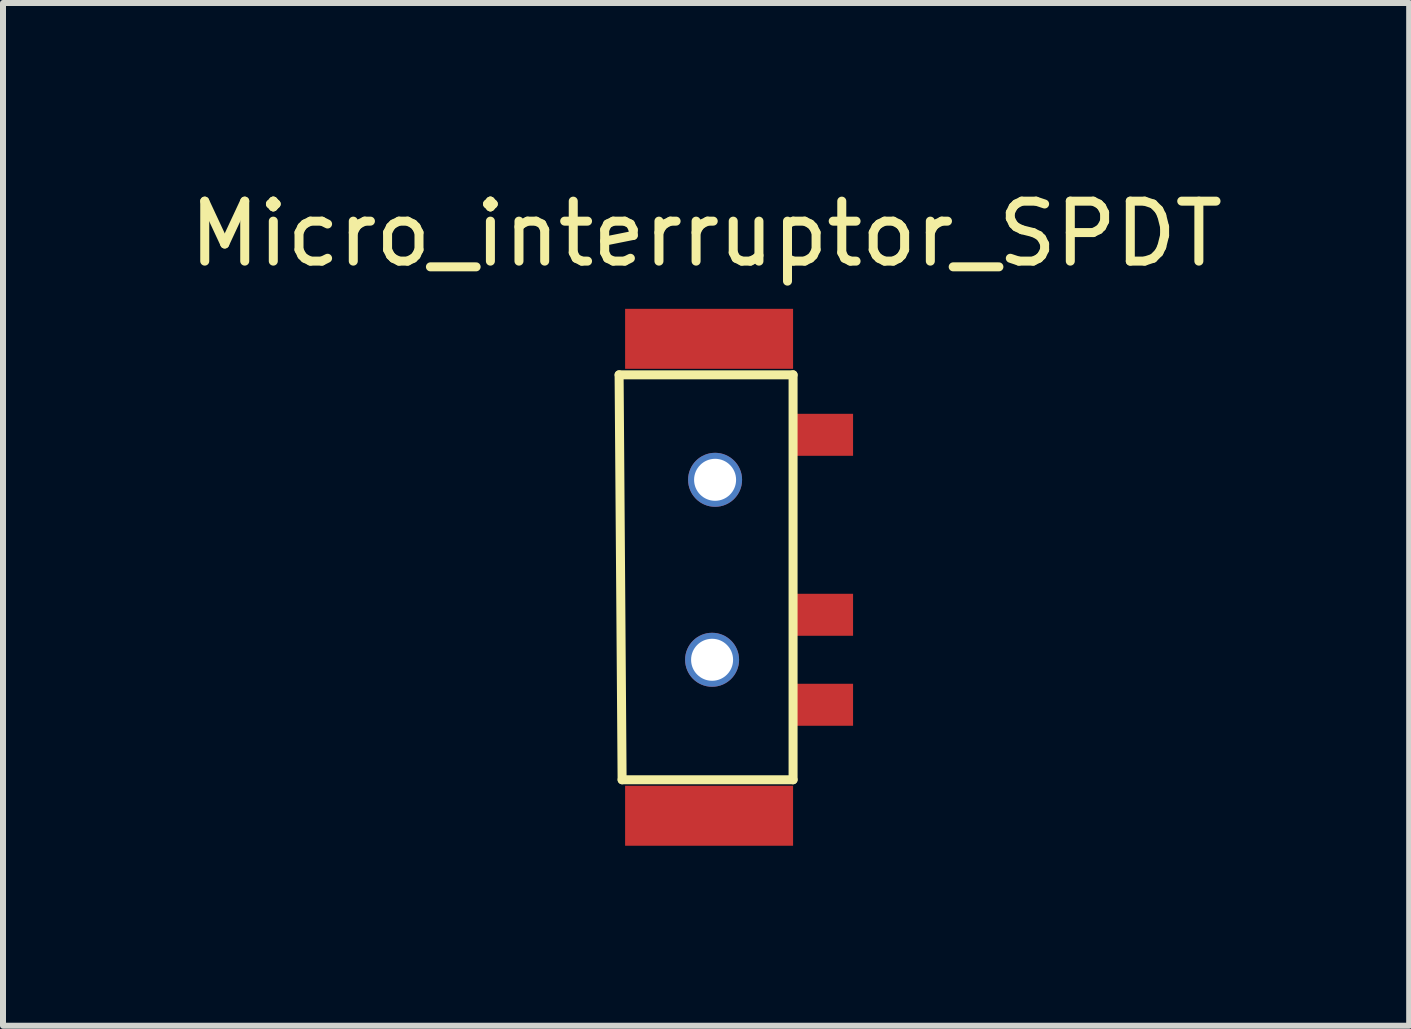
<source format=kicad_pcb>
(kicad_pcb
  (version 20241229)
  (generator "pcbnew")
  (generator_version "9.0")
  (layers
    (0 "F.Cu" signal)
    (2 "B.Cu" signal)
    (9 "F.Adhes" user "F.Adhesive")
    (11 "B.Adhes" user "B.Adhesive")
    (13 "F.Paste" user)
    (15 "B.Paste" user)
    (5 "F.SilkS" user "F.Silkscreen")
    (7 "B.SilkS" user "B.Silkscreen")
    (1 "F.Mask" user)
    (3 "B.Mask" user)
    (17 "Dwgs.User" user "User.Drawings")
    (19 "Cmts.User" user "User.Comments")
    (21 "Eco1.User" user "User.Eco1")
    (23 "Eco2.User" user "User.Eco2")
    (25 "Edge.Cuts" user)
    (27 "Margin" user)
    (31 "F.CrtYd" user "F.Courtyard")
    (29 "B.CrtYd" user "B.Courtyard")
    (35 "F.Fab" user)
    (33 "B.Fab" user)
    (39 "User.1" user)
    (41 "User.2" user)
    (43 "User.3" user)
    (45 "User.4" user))
  (footprint "Micro_interruptor_SPDT"
    (layer "F.Cu")
    (at 7.47 2.698)
    (property "Reference" "Micro_interruptor_SPDT" (at 1.25 -1.85 0) (layer "F.SilkS") (effects (font (size 1 1) (thickness 0.15))))
    (attr through_hole)
    (fp_line (start -0.2 0.5) (end 2.7 0.5) (stroke (width 0.15) (type solid)) (layer "F.SilkS"))
    (fp_line (start -0.15 7.25) (end -0.2 0.5) (stroke (width 0.15) (type solid)) (layer "F.SilkS"))
    (fp_line (start 2.7 0.5) (end 2.7 7.25) (stroke (width 0.15) (type solid)) (layer "F.SilkS"))
    (fp_line (start 2.7 7.25) (end -0.15 7.25) (stroke (width 0.15) (type solid)) (layer "F.SilkS"))
    (pad "" np_thru_hole circle (at 1.35 5.25) (size 0.9 0.9) (drill 0.7) (layers "*.Cu" "*.Mask"))
    (pad "" np_thru_hole circle (at 1.4 2.25) (size 0.9 0.9) (drill 0.7) (layers "*.Cu" "*.Mask"))
    (pad "1" smd rect (at 3.2 1.5 90) (size 0.7 1) (layers "F.Cu" "F.Mask" "F.Paste"))
    (pad "2" smd rect (at 3.2 4.5 90) (size 0.7 1) (layers "F.Cu" "F.Mask" "F.Paste"))
    (pad "3" smd rect (at 3.2 6 90) (size 0.7 1) (layers "F.Cu" "F.Mask" "F.Paste"))
    (pad "NC" smd rect (at 1.3 -0.1) (size 2.8 1) (layers "F.Cu" "F.Mask" "F.Paste"))
    (pad "NC" smd rect (at 1.3 7.85) (size 2.8 1) (layers "F.Cu" "F.Mask" "F.Paste")))
  (gr_rect
    (start -3 -3)
    (end 20.44 14.048)
    (stroke (width 0.1) (type default))
    (fill no)
    (layer "Edge.Cuts")))
</source>
